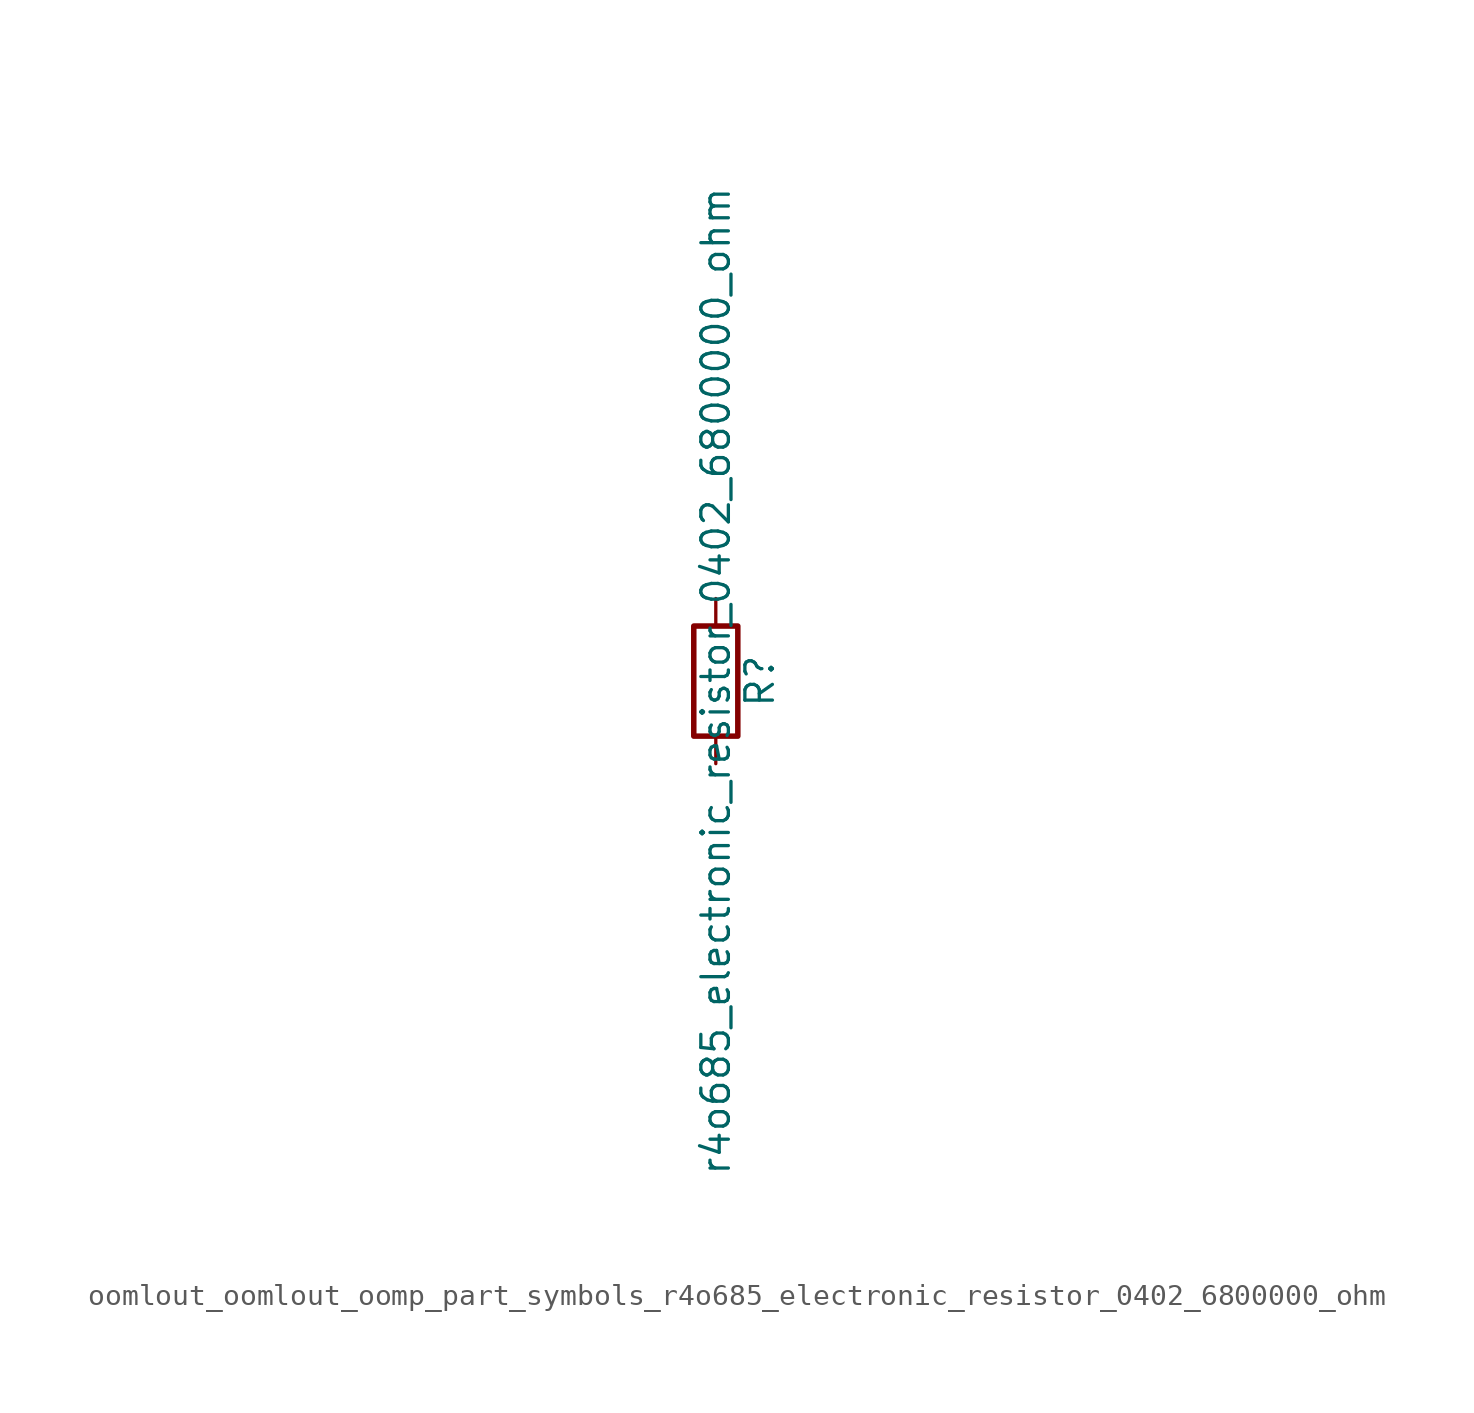
<source format=kicad_sym>
(kicad_symbol_lib
  (version 20220914)
  (generator kicad_symbol_editor)
  (symbol "oomlout_oomlout_oomp_part_symbols_r4o685_electronic_resistor_0402_6800000_ohm"
    (pin_numbers hide)
    (pin_names
      (offset 0))
    (property "Reference" "R"
      (at 2.032 0 90)
      (effects (font (size 1.27 1.27))))
    (property "Value" "r4o685_electronic_resistor_0402_6800000_ohm"
      (at 0 0 90)
      (effects (font (size 1.27 1.27))))
    (symbol "oomlout_oomlout_oomp_part_symbols_r4o685_electronic_resistor_0402_6800000_ohm_0_1"
      (rectangle (start -1.016 -2.54) (end 1.016 2.54) (stroke (width 0.254) (type default)) (fill (type none))))
    (symbol "oomlout_oomlout_oomp_part_symbols_r4o685_electronic_resistor_0402_6800000_ohm_1_1"
      (pin passive line (at 0 3.81 270) (length 1.27) (name "~" (effects (font (size 1.27 1.27)))) (number "1" (effects (font (size 1.27 1.27)))))
      (pin passive line (at 0 -3.81 90) (length 1.27) (name "~" (effects (font (size 1.27 1.27)))) (number "2" (effects (font (size 1.27 1.27))))))))
</source>
